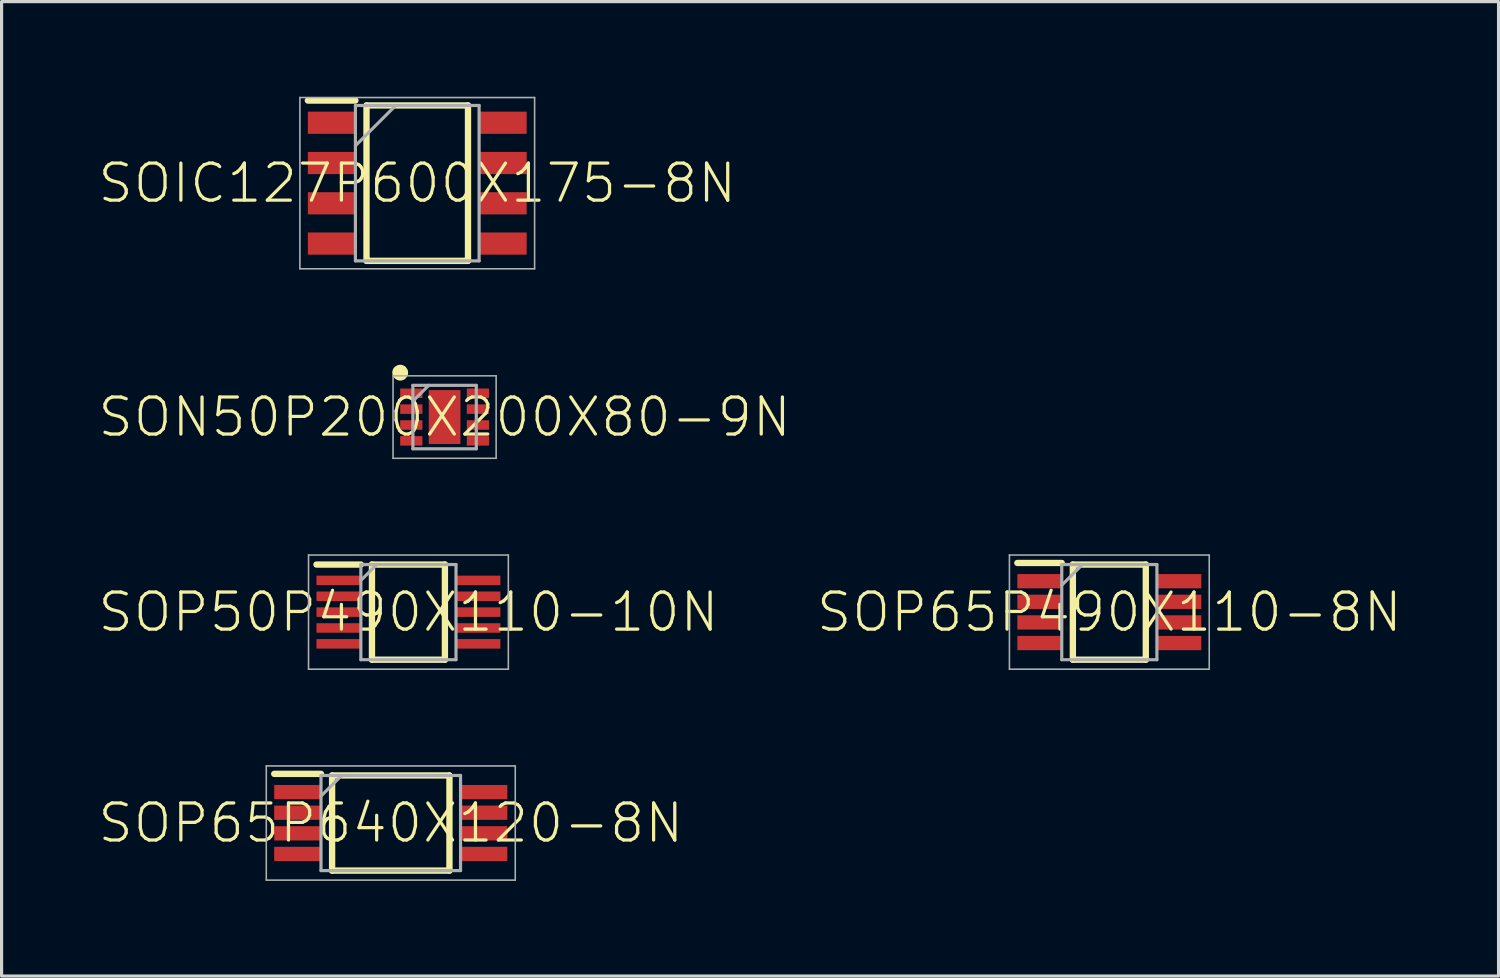
<source format=kicad_pcb>
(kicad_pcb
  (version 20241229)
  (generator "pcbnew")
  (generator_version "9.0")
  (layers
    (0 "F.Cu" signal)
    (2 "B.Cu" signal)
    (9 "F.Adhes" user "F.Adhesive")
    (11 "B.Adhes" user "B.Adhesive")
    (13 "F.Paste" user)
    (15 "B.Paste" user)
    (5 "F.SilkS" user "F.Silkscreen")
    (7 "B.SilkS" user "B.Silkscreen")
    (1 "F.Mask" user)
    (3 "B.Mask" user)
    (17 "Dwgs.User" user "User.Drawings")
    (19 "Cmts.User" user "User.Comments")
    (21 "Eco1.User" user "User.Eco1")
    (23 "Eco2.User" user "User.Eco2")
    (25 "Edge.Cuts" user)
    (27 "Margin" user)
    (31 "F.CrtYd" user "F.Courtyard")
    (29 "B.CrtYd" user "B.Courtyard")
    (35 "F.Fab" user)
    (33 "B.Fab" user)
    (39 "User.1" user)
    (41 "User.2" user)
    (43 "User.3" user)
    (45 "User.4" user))
  (footprint "SOP50P490X110-10N"
    (layer "F.Cu")
    (at 9.828 16.25)
    (property "Reference" "SOP50P490X110-10N" (at 0 0 0) (unlocked yes) (layer "F.SilkS") (effects (font (size 1.168 1.168) (thickness 0.102))))
    (fp_line (start -2.9 -1.5) (end -1.5 -1.5) (stroke (width 0.2) (type solid)) (layer "F.SilkS"))
    (fp_line (start -1.15 -1.5) (end 1.15 -1.5) (stroke (width 0.2) (type solid)) (layer "F.SilkS"))
    (fp_line (start -1.15 1.5) (end -1.15 -1.5) (stroke (width 0.2) (type solid)) (layer "F.SilkS"))
    (fp_line (start 1.15 -1.5) (end 1.15 1.5) (stroke (width 0.2) (type solid)) (layer "F.SilkS"))
    (fp_line (start 1.15 1.5) (end -1.15 1.5) (stroke (width 0.2) (type solid)) (layer "F.SilkS"))
    (fp_line (start -3.15 -1.8) (end 3.15 -1.8) (stroke (width 0.05) (type solid)) (layer "F.Fab"))
    (fp_line (start -3.15 1.8) (end -3.15 -1.8) (stroke (width 0.05) (type solid)) (layer "F.Fab"))
    (fp_line (start -1.5 -1.5) (end 1.5 -1.5) (stroke (width 0.1) (type solid)) (layer "F.Fab"))
    (fp_line (start -1.5 -1) (end -1 -1.5) (stroke (width 0.1) (type solid)) (layer "F.Fab"))
    (fp_line (start -1.5 1.5) (end -1.5 -1.5) (stroke (width 0.1) (type solid)) (layer "F.Fab"))
    (fp_line (start 1.5 -1.5) (end 1.5 1.5) (stroke (width 0.1) (type solid)) (layer "F.Fab"))
    (fp_line (start 1.5 1.5) (end -1.5 1.5) (stroke (width 0.1) (type solid)) (layer "F.Fab"))
    (fp_line (start 3.15 -1.8) (end 3.15 1.8) (stroke (width 0.05) (type solid)) (layer "F.Fab"))
    (fp_line (start 3.15 1.8) (end -3.15 1.8) (stroke (width 0.05) (type solid)) (layer "F.Fab"))
    (pad "1" smd rect (at -2.2 -1) (size 1.4 0.3) (layers "F.Cu" "F.Mask" "F.Paste"))
    (pad "2" smd rect (at -2.2 -0.5) (size 1.4 0.3) (layers "F.Cu" "F.Mask" "F.Paste"))
    (pad "3" smd rect (at -2.2 0) (size 1.4 0.3) (layers "F.Cu" "F.Mask" "F.Paste"))
    (pad "4" smd rect (at -2.2 0.5) (size 1.4 0.3) (layers "F.Cu" "F.Mask" "F.Paste"))
    (pad "5" smd rect (at -2.2 1) (size 1.4 0.3) (layers "F.Cu" "F.Mask" "F.Paste"))
    (pad "6" smd rect (at 2.2 1) (size 1.4 0.3) (layers "F.Cu" "F.Mask" "F.Paste"))
    (pad "7" smd rect (at 2.2 0.5) (size 1.4 0.3) (layers "F.Cu" "F.Mask" "F.Paste"))
    (pad "8" smd rect (at 2.2 0) (size 1.4 0.3) (layers "F.Cu" "F.Mask" "F.Paste"))
    (pad "9" smd rect (at 2.2 -0.5) (size 1.4 0.3) (layers "F.Cu" "F.Mask" "F.Paste"))
    (pad "10" smd rect (at 2.2 -1) (size 1.4 0.3) (layers "F.Cu" "F.Mask" "F.Paste")))
  (footprint "SOIC127P600X175-8N"
    (layer "F.Cu")
    (at 10.106 2.725)
    (property "Reference" "SOIC127P600X175-8N" (at 0 0 0) (unlocked yes) (layer "F.SilkS") (effects (font (size 1.168 1.168) (thickness 0.102))))
    (fp_line (start -3.45 -2.605) (end -1.95 -2.605) (stroke (width 0.2) (type solid)) (layer "F.SilkS"))
    (fp_line (start -1.6 -2.45) (end 1.6 -2.45) (stroke (width 0.2) (type solid)) (layer "F.SilkS"))
    (fp_line (start -1.6 2.45) (end -1.6 -2.45) (stroke (width 0.2) (type solid)) (layer "F.SilkS"))
    (fp_line (start 1.6 -2.45) (end 1.6 2.45) (stroke (width 0.2) (type solid)) (layer "F.SilkS"))
    (fp_line (start 1.6 2.45) (end -1.6 2.45) (stroke (width 0.2) (type solid)) (layer "F.SilkS"))
    (fp_line (start -3.7 -2.7) (end 3.7 -2.7) (stroke (width 0.05) (type solid)) (layer "F.Fab"))
    (fp_line (start -3.7 2.7) (end -3.7 -2.7) (stroke (width 0.05) (type solid)) (layer "F.Fab"))
    (fp_line (start -1.95 -2.45) (end 1.95 -2.45) (stroke (width 0.1) (type solid)) (layer "F.Fab"))
    (fp_line (start -1.95 -1.18) (end -0.68 -2.45) (stroke (width 0.1) (type solid)) (layer "F.Fab"))
    (fp_line (start -1.95 2.45) (end -1.95 -2.45) (stroke (width 0.1) (type solid)) (layer "F.Fab"))
    (fp_line (start 1.95 -2.45) (end 1.95 2.45) (stroke (width 0.1) (type solid)) (layer "F.Fab"))
    (fp_line (start 1.95 2.45) (end -1.95 2.45) (stroke (width 0.1) (type solid)) (layer "F.Fab"))
    (fp_line (start 3.7 -2.7) (end 3.7 2.7) (stroke (width 0.05) (type solid)) (layer "F.Fab"))
    (fp_line (start 3.7 2.7) (end -3.7 2.7) (stroke (width 0.05) (type solid)) (layer "F.Fab"))
    (pad "1" smd rect (at -2.7 -1.905) (size 1.5 0.7) (layers "F.Cu" "F.Mask" "F.Paste"))
    (pad "2" smd rect (at -2.7 -0.635) (size 1.5 0.7) (layers "F.Cu" "F.Mask" "F.Paste"))
    (pad "3" smd rect (at -2.7 0.635) (size 1.5 0.7) (layers "F.Cu" "F.Mask" "F.Paste"))
    (pad "4" smd rect (at -2.7 1.905) (size 1.5 0.7) (layers "F.Cu" "F.Mask" "F.Paste"))
    (pad "5" smd rect (at 2.7 1.905) (size 1.5 0.7) (layers "F.Cu" "F.Mask" "F.Paste"))
    (pad "6" smd rect (at 2.7 0.635) (size 1.5 0.7) (layers "F.Cu" "F.Mask" "F.Paste"))
    (pad "7" smd rect (at 2.7 -0.635) (size 1.5 0.7) (layers "F.Cu" "F.Mask" "F.Paste"))
    (pad "8" smd rect (at 2.7 -1.905) (size 1.5 0.7) (layers "F.Cu" "F.Mask" "F.Paste")))
  (footprint "SON50P200X200X80-9N"
    (layer "F.Cu")
    (at 10.968 10.1)
    (property "Reference" "SON50P200X200X80-9N" (at 0 0 0) (unlocked yes) (layer "F.SilkS") (effects (font (size 1.168 1.168) (thickness 0.102))))
    (fp_circle (center -1.4 -1.4) (end -1.275 -1.4) (stroke (width 0.25) (type solid)) (fill no) (layer "F.SilkS"))
    (fp_line (start -1.625 -1.3) (end 1.625 -1.3) (stroke (width 0.05) (type solid)) (layer "F.Fab"))
    (fp_line (start -1.625 1.3) (end -1.625 -1.3) (stroke (width 0.05) (type solid)) (layer "F.Fab"))
    (fp_line (start -1 -1) (end 1 -1) (stroke (width 0.1) (type solid)) (layer "F.Fab"))
    (fp_line (start -1 -0.5) (end -0.5 -1) (stroke (width 0.1) (type solid)) (layer "F.Fab"))
    (fp_line (start -1 1) (end -1 -1) (stroke (width 0.1) (type solid)) (layer "F.Fab"))
    (fp_line (start 1 -1) (end 1 1) (stroke (width 0.1) (type solid)) (layer "F.Fab"))
    (fp_line (start 1 1) (end -1 1) (stroke (width 0.1) (type solid)) (layer "F.Fab"))
    (fp_line (start 1.625 -1.3) (end 1.625 1.3) (stroke (width 0.05) (type solid)) (layer "F.Fab"))
    (fp_line (start 1.625 1.3) (end -1.625 1.3) (stroke (width 0.05) (type solid)) (layer "F.Fab"))
    (pad "1" smd rect (at -1.05 -0.75) (size 0.7 0.3) (layers "F.Cu" "F.Mask" "F.Paste"))
    (pad "2" smd rect (at -1.05 -0.25) (size 0.7 0.3) (layers "F.Cu" "F.Mask" "F.Paste"))
    (pad "3" smd rect (at -1.05 0.25) (size 0.7 0.3) (layers "F.Cu" "F.Mask" "F.Paste"))
    (pad "4" smd rect (at -1.05 0.75) (size 0.7 0.3) (layers "F.Cu" "F.Mask" "F.Paste"))
    (pad "5" smd rect (at 1.05 0.75) (size 0.7 0.3) (layers "F.Cu" "F.Mask" "F.Paste"))
    (pad "6" smd rect (at 1.05 0.25) (size 0.7 0.3) (layers "F.Cu" "F.Mask" "F.Paste"))
    (pad "7" smd rect (at 1.05 -0.25) (size 0.7 0.3) (layers "F.Cu" "F.Mask" "F.Paste"))
    (pad "8" smd rect (at 1.05 -0.75) (size 0.7 0.3) (layers "F.Cu" "F.Mask" "F.Paste"))
    (pad "9" smd rect (at 0 0 90) (size 1.7 1) (layers "F.Cu" "F.Mask" "F.Paste")))
  (footprint "SOP65P640X120-8N"
    (layer "F.Cu")
    (at 9.271 22.9)
    (property "Reference" "SOP65P640X120-8N" (at 0 0 0) (unlocked yes) (layer "F.SilkS") (effects (font (size 1.168 1.168) (thickness 0.102))))
    (fp_line (start -3.675 -1.55) (end -2.2 -1.55) (stroke (width 0.2) (type solid)) (layer "F.SilkS"))
    (fp_line (start -1.85 -1.5) (end 1.85 -1.5) (stroke (width 0.2) (type solid)) (layer "F.SilkS"))
    (fp_line (start -1.85 1.5) (end -1.85 -1.5) (stroke (width 0.2) (type solid)) (layer "F.SilkS"))
    (fp_line (start 1.85 -1.5) (end 1.85 1.5) (stroke (width 0.2) (type solid)) (layer "F.SilkS"))
    (fp_line (start 1.85 1.5) (end -1.85 1.5) (stroke (width 0.2) (type solid)) (layer "F.SilkS"))
    (fp_line (start -3.925 -1.8) (end 3.925 -1.8) (stroke (width 0.05) (type solid)) (layer "F.Fab"))
    (fp_line (start -3.925 1.8) (end -3.925 -1.8) (stroke (width 0.05) (type solid)) (layer "F.Fab"))
    (fp_line (start -2.2 -1.5) (end 2.2 -1.5) (stroke (width 0.1) (type solid)) (layer "F.Fab"))
    (fp_line (start -2.2 -0.85) (end -1.55 -1.5) (stroke (width 0.1) (type solid)) (layer "F.Fab"))
    (fp_line (start -2.2 1.5) (end -2.2 -1.5) (stroke (width 0.1) (type solid)) (layer "F.Fab"))
    (fp_line (start 2.2 -1.5) (end 2.2 1.5) (stroke (width 0.1) (type solid)) (layer "F.Fab"))
    (fp_line (start 2.2 1.5) (end -2.2 1.5) (stroke (width 0.1) (type solid)) (layer "F.Fab"))
    (fp_line (start 3.925 -1.8) (end 3.925 1.8) (stroke (width 0.05) (type solid)) (layer "F.Fab"))
    (fp_line (start 3.925 1.8) (end -3.925 1.8) (stroke (width 0.05) (type solid)) (layer "F.Fab"))
    (pad "1" smd rect (at -2.938 -0.975) (size 1.475 0.45) (layers "F.Cu" "F.Mask" "F.Paste"))
    (pad "2" smd rect (at -2.938 -0.325) (size 1.475 0.45) (layers "F.Cu" "F.Mask" "F.Paste"))
    (pad "3" smd rect (at -2.938 0.325) (size 1.475 0.45) (layers "F.Cu" "F.Mask" "F.Paste"))
    (pad "4" smd rect (at -2.938 0.975) (size 1.475 0.45) (layers "F.Cu" "F.Mask" "F.Paste"))
    (pad "5" smd rect (at 2.938 0.975) (size 1.475 0.45) (layers "F.Cu" "F.Mask" "F.Paste"))
    (pad "6" smd rect (at 2.938 0.325) (size 1.475 0.45) (layers "F.Cu" "F.Mask" "F.Paste"))
    (pad "7" smd rect (at 2.938 -0.325) (size 1.475 0.45) (layers "F.Cu" "F.Mask" "F.Paste"))
    (pad "8" smd rect (at 2.938 -0.975) (size 1.475 0.45) (layers "F.Cu" "F.Mask" "F.Paste")))
  (footprint "SOP65P490X110-8N"
    (layer "F.Cu")
    (at 31.927 16.25)
    (property "Reference" "SOP65P490X110-8N" (at 0 0 0) (unlocked yes) (layer "F.SilkS") (effects (font (size 1.168 1.168) (thickness 0.102))))
    (fp_line (start -2.9 -1.55) (end -1.5 -1.55) (stroke (width 0.2) (type solid)) (layer "F.SilkS"))
    (fp_line (start -1.15 -1.5) (end 1.15 -1.5) (stroke (width 0.2) (type solid)) (layer "F.SilkS"))
    (fp_line (start -1.15 1.5) (end -1.15 -1.5) (stroke (width 0.2) (type solid)) (layer "F.SilkS"))
    (fp_line (start 1.15 -1.5) (end 1.15 1.5) (stroke (width 0.2) (type solid)) (layer "F.SilkS"))
    (fp_line (start 1.15 1.5) (end -1.15 1.5) (stroke (width 0.2) (type solid)) (layer "F.SilkS"))
    (fp_line (start -3.15 -1.8) (end 3.15 -1.8) (stroke (width 0.05) (type solid)) (layer "F.Fab"))
    (fp_line (start -3.15 1.8) (end -3.15 -1.8) (stroke (width 0.05) (type solid)) (layer "F.Fab"))
    (fp_line (start -1.5 -1.5) (end 1.5 -1.5) (stroke (width 0.1) (type solid)) (layer "F.Fab"))
    (fp_line (start -1.5 -0.85) (end -0.85 -1.5) (stroke (width 0.1) (type solid)) (layer "F.Fab"))
    (fp_line (start -1.5 1.5) (end -1.5 -1.5) (stroke (width 0.1) (type solid)) (layer "F.Fab"))
    (fp_line (start 1.5 -1.5) (end 1.5 1.5) (stroke (width 0.1) (type solid)) (layer "F.Fab"))
    (fp_line (start 1.5 1.5) (end -1.5 1.5) (stroke (width 0.1) (type solid)) (layer "F.Fab"))
    (fp_line (start 3.15 -1.8) (end 3.15 1.8) (stroke (width 0.05) (type solid)) (layer "F.Fab"))
    (fp_line (start 3.15 1.8) (end -3.15 1.8) (stroke (width 0.05) (type solid)) (layer "F.Fab"))
    (pad "1" smd rect (at -2.2 -0.975) (size 1.4 0.45) (layers "F.Cu" "F.Mask" "F.Paste"))
    (pad "2" smd rect (at -2.2 -0.325) (size 1.4 0.45) (layers "F.Cu" "F.Mask" "F.Paste"))
    (pad "3" smd rect (at -2.2 0.325) (size 1.4 0.45) (layers "F.Cu" "F.Mask" "F.Paste"))
    (pad "4" smd rect (at -2.2 0.975) (size 1.4 0.45) (layers "F.Cu" "F.Mask" "F.Paste"))
    (pad "5" smd rect (at 2.2 0.975) (size 1.4 0.45) (layers "F.Cu" "F.Mask" "F.Paste"))
    (pad "6" smd rect (at 2.2 0.325) (size 1.4 0.45) (layers "F.Cu" "F.Mask" "F.Paste"))
    (pad "7" smd rect (at 2.2 -0.325) (size 1.4 0.45) (layers "F.Cu" "F.Mask" "F.Paste"))
    (pad "8" smd rect (at 2.2 -0.975) (size 1.4 0.45) (layers "F.Cu" "F.Mask" "F.Paste")))
  (gr_rect
    (start -3 -3)
    (end 44.199 27.725)
    (stroke (width 0.1) (type default))
    (fill no)
    (layer "Edge.Cuts")))
</source>
